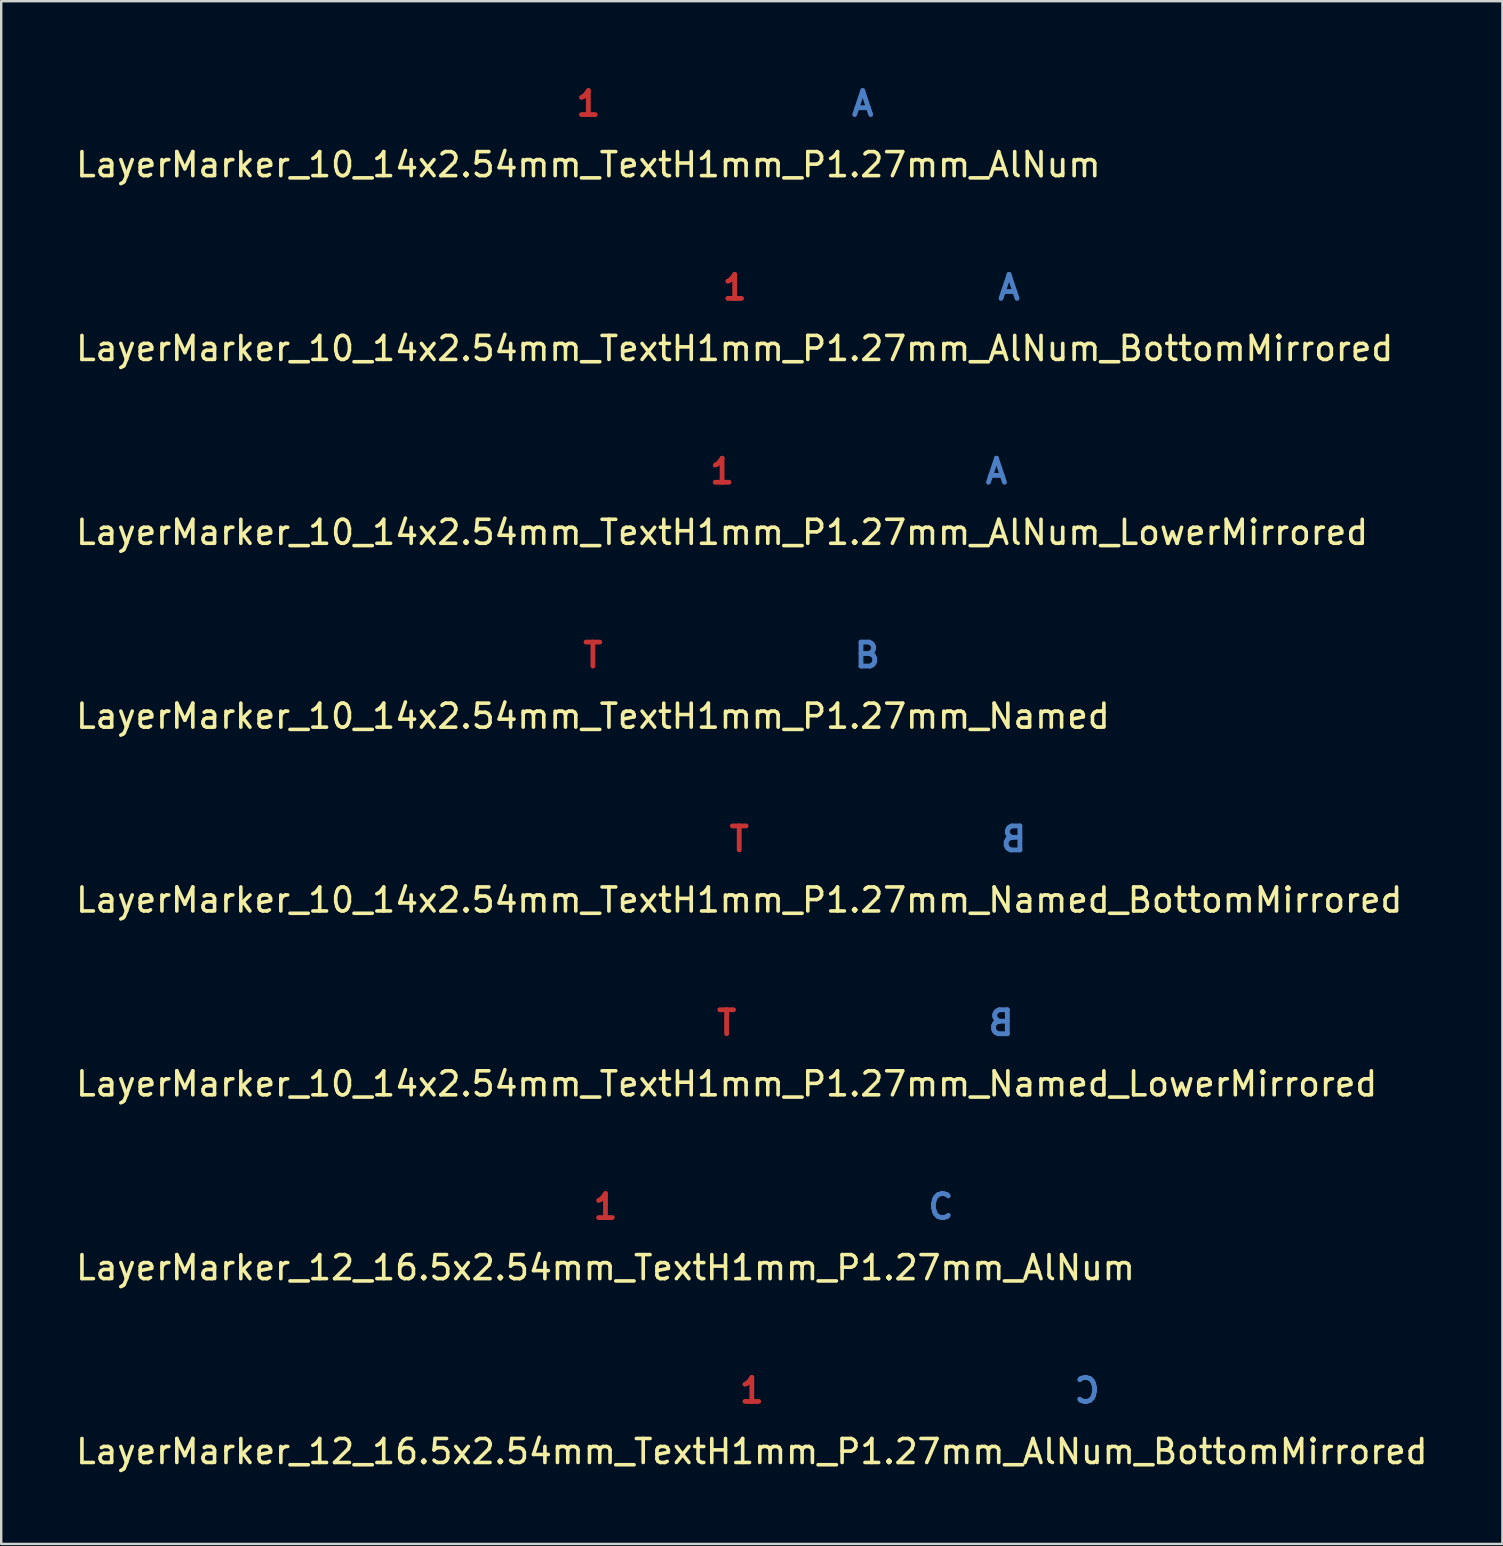
<source format=kicad_pcb>
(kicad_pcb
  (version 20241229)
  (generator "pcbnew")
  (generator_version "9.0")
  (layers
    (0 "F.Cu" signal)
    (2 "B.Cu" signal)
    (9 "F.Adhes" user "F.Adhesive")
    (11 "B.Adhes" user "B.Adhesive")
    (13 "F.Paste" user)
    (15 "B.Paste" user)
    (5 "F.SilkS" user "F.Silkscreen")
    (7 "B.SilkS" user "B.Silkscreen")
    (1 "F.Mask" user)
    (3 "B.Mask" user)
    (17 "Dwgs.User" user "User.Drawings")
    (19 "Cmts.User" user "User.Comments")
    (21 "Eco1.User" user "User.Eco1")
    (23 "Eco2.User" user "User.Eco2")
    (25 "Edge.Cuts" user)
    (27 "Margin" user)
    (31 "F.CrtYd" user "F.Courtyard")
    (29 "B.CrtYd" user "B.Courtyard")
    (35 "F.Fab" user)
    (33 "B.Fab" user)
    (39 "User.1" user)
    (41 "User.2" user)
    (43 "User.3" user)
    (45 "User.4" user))
  (footprint "LayerMarker_10_14x2.54mm_TextH1mm_P1.27mm_Named_BottomMirrored"
    (layer "F.Cu")
    (at 27.744 33.173)
    (property "Reference" "LayerMarker_10_14x2.54mm_TextH1mm_P1.27mm_Named_BottomMirrored" (at 0 1.27 0) (layer "F.SilkS") (effects (font (size 1 1) (thickness 0.15))))
    (attr board_only exclude_from_pos_files exclude_from_bom allow_missing_courtyard)
    (fp_text user "T" (at 0 -1.27 0) (layer "F.Cu") (effects (font (size 1 1) (thickness 0.2))))
    (fp_text user "B" (at 11.43 -1.27 0) (layer "B.Cu") (effects (font (size 1 1) (thickness 0.2)) (justify mirror)))
    (fp_text user "1" (at 1.27 -1.27 0) (layer "In1.Cu") (effects (font (size 1 1) (thickness 0.2))))
    (fp_text user "2" (at 2.54 -1.27 0) (layer "In2.Cu") (effects (font (size 1 1) (thickness 0.2))))
    (fp_text user "3" (at 3.81 -1.27 0) (layer "In3.Cu") (effects (font (size 1 1) (thickness 0.2))))
    (fp_text user "4" (at 5.08 -1.27 0) (layer "In4.Cu") (effects (font (size 1 1) (thickness 0.2))))
    (fp_text user "5" (at 6.35 -1.27 0) (layer "In5.Cu") (effects (font (size 1 1) (thickness 0.2))))
    (fp_text user "6" (at 7.62 -1.27 0) (layer "In6.Cu") (effects (font (size 1 1) (thickness 0.2))))
    (fp_text user "7" (at 8.89 -1.27 0) (layer "In7.Cu") (effects (font (size 1 1) (thickness 0.2))))
    (fp_text user "8" (at 10.16 -1.27 0) (layer "In8.Cu") (effects (font (size 1 1) (thickness 0.2))))
    (zone (net_name "") (layers "F.Cu" "B.Cu") (hatch edge 0.5) (connect_pads) (min_thickness 0.25) (filled_areas_thickness no) (keepout (tracks not_allowed) (vias not_allowed) (pads not_allowed) (copperpour not_allowed) (footprints allowed)) (placement (enabled no)) (fill) (polygon (pts (xy 26.474 30.633) (xy 40.444 30.633) (xy 40.444 33.173) (xy 26.474 33.173)))))
  (footprint "LayerMarker_12_16.5x2.54mm_TextH1mm_P1.27mm_AlNum_BottomMirrored"
    (layer "F.Cu")
    (at 28.268 56.148)
    (property "Reference" "LayerMarker_12_16.5x2.54mm_TextH1mm_P1.27mm_AlNum_BottomMirrored" (at 0 1.27 0) (layer "F.SilkS") (effects (font (size 1 1) (thickness 0.15))))
    (attr board_only exclude_from_pos_files exclude_from_bom allow_missing_courtyard)
    (fp_text user "1" (at 0 -1.27 0) (layer "F.Cu") (effects (font (size 1 1) (thickness 0.2))))
    (fp_text user "C" (at 13.97 -1.27 0) (layer "B.Cu") (effects (font (size 1 1) (thickness 0.2)) (justify mirror)))
    (fp_text user "2" (at 1.27 -1.27 0) (layer "In1.Cu") (effects (font (size 1 1) (thickness 0.2))))
    (fp_text user "3" (at 2.54 -1.27 0) (layer "In2.Cu") (effects (font (size 1 1) (thickness 0.2))))
    (fp_text user "4" (at 3.81 -1.27 0) (layer "In3.Cu") (effects (font (size 1 1) (thickness 0.2))))
    (fp_text user "5" (at 5.08 -1.27 0) (layer "In4.Cu") (effects (font (size 1 1) (thickness 0.2))))
    (fp_text user "6" (at 6.35 -1.27 0) (layer "In5.Cu") (effects (font (size 1 1) (thickness 0.2))))
    (fp_text user "7" (at 7.62 -1.27 0) (layer "In6.Cu") (effects (font (size 1 1) (thickness 0.2))))
    (fp_text user "8" (at 8.89 -1.27 0) (layer "In7.Cu") (effects (font (size 1 1) (thickness 0.2))))
    (fp_text user "9" (at 10.16 -1.27 0) (layer "In8.Cu") (effects (font (size 1 1) (thickness 0.2))))
    (fp_text user "A" (at 11.43 -1.27 0) (layer "In9.Cu") (effects (font (size 1 1) (thickness 0.2))))
    (fp_text user "B" (at 12.7 -1.27 0) (layer "In10.Cu") (effects (font (size 1 1) (thickness 0.2))))
    (zone (net_name "") (layers "F.Cu" "B.Cu") (hatch edge 0.5) (connect_pads) (min_thickness 0.25) (filled_areas_thickness no) (keepout (tracks not_allowed) (vias not_allowed) (pads not_allowed) (copperpour not_allowed) (footprints allowed)) (placement (enabled no)) (fill) (polygon (pts (xy 26.998 53.608) (xy 43.508 53.608) (xy 43.508 56.148) (xy 26.998 56.148)))))
  (footprint "LayerMarker_10_14x2.54mm_TextH1mm_P1.27mm_AlNum_BottomMirrored"
    (layer "F.Cu")
    (at 27.554 10.198)
    (property "Reference" "LayerMarker_10_14x2.54mm_TextH1mm_P1.27mm_AlNum_BottomMirrored" (at 0 1.27 0) (layer "F.SilkS") (effects (font (size 1 1) (thickness 0.15))))
    (attr board_only exclude_from_pos_files exclude_from_bom allow_missing_courtyard)
    (fp_text user "1" (at 0 -1.27 0) (layer "F.Cu") (effects (font (size 1 1) (thickness 0.2))))
    (fp_text user "A" (at 11.43 -1.27 0) (layer "B.Cu") (effects (font (size 1 1) (thickness 0.2)) (justify mirror)))
    (fp_text user "2" (at 1.27 -1.27 0) (layer "In1.Cu") (effects (font (size 1 1) (thickness 0.2))))
    (fp_text user "3" (at 2.54 -1.27 0) (layer "In2.Cu") (effects (font (size 1 1) (thickness 0.2))))
    (fp_text user "4" (at 3.81 -1.27 0) (layer "In3.Cu") (effects (font (size 1 1) (thickness 0.2))))
    (fp_text user "5" (at 5.08 -1.27 0) (layer "In4.Cu") (effects (font (size 1 1) (thickness 0.2))))
    (fp_text user "6" (at 6.35 -1.27 0) (layer "In5.Cu") (effects (font (size 1 1) (thickness 0.2))))
    (fp_text user "7" (at 7.62 -1.27 0) (layer "In6.Cu") (effects (font (size 1 1) (thickness 0.2))))
    (fp_text user "8" (at 8.89 -1.27 0) (layer "In7.Cu") (effects (font (size 1 1) (thickness 0.2))))
    (fp_text user "9" (at 10.16 -1.27 0) (layer "In8.Cu") (effects (font (size 1 1) (thickness 0.2))))
    (zone (net_name "") (layers "F.Cu" "B.Cu") (hatch edge 0.5) (connect_pads) (min_thickness 0.25) (filled_areas_thickness no) (keepout (tracks not_allowed) (vias not_allowed) (pads not_allowed) (copperpour not_allowed) (footprints allowed)) (placement (enabled no)) (fill) (polygon (pts (xy 26.284 7.658) (xy 40.254 7.658) (xy 40.254 10.198) (xy 26.284 10.198)))))
  (footprint "LayerMarker_10_14x2.54mm_TextH1mm_P1.27mm_AlNum_LowerMirrored"
    (layer "F.Cu")
    (at 27.03 17.857)
    (property "Reference" "LayerMarker_10_14x2.54mm_TextH1mm_P1.27mm_AlNum_LowerMirrored" (at 0 1.27 0) (layer "F.SilkS") (effects (font (size 1 1) (thickness 0.15))))
    (attr board_only exclude_from_pos_files exclude_from_bom allow_missing_courtyard)
    (fp_text user "1" (at 0 -1.27 0) (layer "F.Cu") (effects (font (size 1 1) (thickness 0.2))))
    (fp_text user "A" (at 11.43 -1.27 0) (layer "B.Cu") (effects (font (size 1 1) (thickness 0.2)) (justify mirror)))
    (fp_text user "2" (at 1.27 -1.27 0) (layer "In1.Cu") (effects (font (size 1 1) (thickness 0.2))))
    (fp_text user "3" (at 2.54 -1.27 0) (layer "In2.Cu") (effects (font (size 1 1) (thickness 0.2))))
    (fp_text user "4" (at 3.81 -1.27 0) (layer "In3.Cu") (effects (font (size 1 1) (thickness 0.2))))
    (fp_text user "5" (at 5.08 -1.27 0) (layer "In4.Cu") (effects (font (size 1 1) (thickness 0.2))))
    (fp_text user "6" (at 6.35 -1.27 0) (layer "In5.Cu") (effects (font (size 1 1) (thickness 0.2)) (justify mirror)))
    (fp_text user "7" (at 7.62 -1.27 0) (layer "In6.Cu") (effects (font (size 1 1) (thickness 0.2)) (justify mirror)))
    (fp_text user "8" (at 8.89 -1.27 0) (layer "In7.Cu") (effects (font (size 1 1) (thickness 0.2)) (justify mirror)))
    (fp_text user "9" (at 10.16 -1.27 0) (layer "In8.Cu") (effects (font (size 1 1) (thickness 0.2)) (justify mirror)))
    (zone (net_name "") (layers "F.Cu" "B.Cu") (hatch edge 0.5) (connect_pads) (min_thickness 0.25) (filled_areas_thickness no) (keepout (tracks not_allowed) (vias not_allowed) (pads not_allowed) (copperpour not_allowed) (footprints allowed)) (placement (enabled no)) (fill) (polygon (pts (xy 25.76 15.316) (xy 39.73 15.316) (xy 39.73 17.857) (xy 25.76 17.857)))))
  (footprint "LayerMarker_10_14x2.54mm_TextH1mm_P1.27mm_Named"
    (layer "F.Cu")
    (at 21.649 25.515)
    (property "Reference" "LayerMarker_10_14x2.54mm_TextH1mm_P1.27mm_Named" (at 0 1.27 0) (layer "F.SilkS") (effects (font (size 1 1) (thickness 0.15))))
    (attr board_only exclude_from_pos_files exclude_from_bom allow_missing_courtyard)
    (fp_text user "T" (at 0 -1.27 0) (layer "F.Cu") (effects (font (size 1 1) (thickness 0.2))))
    (fp_text user "B" (at 11.43 -1.27 0) (layer "B.Cu") (effects (font (size 1 1) (thickness 0.2))))
    (fp_text user "1" (at 1.27 -1.27 0) (layer "In1.Cu") (effects (font (size 1 1) (thickness 0.2))))
    (fp_text user "2" (at 2.54 -1.27 0) (layer "In2.Cu") (effects (font (size 1 1) (thickness 0.2))))
    (fp_text user "3" (at 3.81 -1.27 0) (layer "In3.Cu") (effects (font (size 1 1) (thickness 0.2))))
    (fp_text user "4" (at 5.08 -1.27 0) (layer "In4.Cu") (effects (font (size 1 1) (thickness 0.2))))
    (fp_text user "5" (at 6.35 -1.27 0) (layer "In5.Cu") (effects (font (size 1 1) (thickness 0.2))))
    (fp_text user "6" (at 7.62 -1.27 0) (layer "In6.Cu") (effects (font (size 1 1) (thickness 0.2))))
    (fp_text user "7" (at 8.89 -1.27 0) (layer "In7.Cu") (effects (font (size 1 1) (thickness 0.2))))
    (fp_text user "8" (at 10.16 -1.27 0) (layer "In8.Cu") (effects (font (size 1 1) (thickness 0.2))))
    (zone (net_name "") (layers "F.Cu" "B.Cu") (hatch edge 0.5) (connect_pads) (min_thickness 0.25) (filled_areas_thickness no) (keepout (tracks not_allowed) (vias not_allowed) (pads not_allowed) (copperpour not_allowed) (footprints allowed)) (placement (enabled no)) (fill) (polygon (pts (xy 20.379 22.975) (xy 34.349 22.975) (xy 34.349 25.515) (xy 20.379 25.515)))))
  (footprint "LayerMarker_12_16.5x2.54mm_TextH1mm_P1.27mm_AlNum"
    (layer "F.Cu")
    (at 22.173 48.489)
    (property "Reference" "LayerMarker_12_16.5x2.54mm_TextH1mm_P1.27mm_AlNum" (at 0 1.27 0) (layer "F.SilkS") (effects (font (size 1 1) (thickness 0.15))))
    (attr board_only exclude_from_pos_files exclude_from_bom allow_missing_courtyard)
    (fp_text user "1" (at 0 -1.27 0) (layer "F.Cu") (effects (font (size 1 1) (thickness 0.2))))
    (fp_text user "C" (at 13.97 -1.27 0) (layer "B.Cu") (effects (font (size 1 1) (thickness 0.2))))
    (fp_text user "2" (at 1.27 -1.27 0) (layer "In1.Cu") (effects (font (size 1 1) (thickness 0.2))))
    (fp_text user "3" (at 2.54 -1.27 0) (layer "In2.Cu") (effects (font (size 1 1) (thickness 0.2))))
    (fp_text user "4" (at 3.81 -1.27 0) (layer "In3.Cu") (effects (font (size 1 1) (thickness 0.2))))
    (fp_text user "5" (at 5.08 -1.27 0) (layer "In4.Cu") (effects (font (size 1 1) (thickness 0.2))))
    (fp_text user "6" (at 6.35 -1.27 0) (layer "In5.Cu") (effects (font (size 1 1) (thickness 0.2))))
    (fp_text user "7" (at 7.62 -1.27 0) (layer "In6.Cu") (effects (font (size 1 1) (thickness 0.2))))
    (fp_text user "8" (at 8.89 -1.27 0) (layer "In7.Cu") (effects (font (size 1 1) (thickness 0.2))))
    (fp_text user "9" (at 10.16 -1.27 0) (layer "In8.Cu") (effects (font (size 1 1) (thickness 0.2))))
    (fp_text user "A" (at 11.43 -1.27 0) (layer "In9.Cu") (effects (font (size 1 1) (thickness 0.2))))
    (fp_text user "B" (at 12.7 -1.27 0) (layer "In10.Cu") (effects (font (size 1 1) (thickness 0.2))))
    (zone (net_name "") (layers "F.Cu" "B.Cu") (hatch edge 0.5) (connect_pads) (min_thickness 0.25) (filled_areas_thickness no) (keepout (tracks not_allowed) (vias not_allowed) (pads not_allowed) (copperpour not_allowed) (footprints allowed)) (placement (enabled no)) (fill) (polygon (pts (xy 20.903 45.95) (xy 37.413 45.95) (xy 37.413 48.489) (xy 20.903 48.489)))))
  (footprint "LayerMarker_10_14x2.54mm_TextH1mm_P1.27mm_Named_LowerMirrored"
    (layer "F.Cu")
    (at 27.22 40.831)
    (property "Reference" "LayerMarker_10_14x2.54mm_TextH1mm_P1.27mm_Named_LowerMirrored" (at 0 1.27 0) (layer "F.SilkS") (effects (font (size 1 1) (thickness 0.15))))
    (attr board_only exclude_from_pos_files exclude_from_bom allow_missing_courtyard)
    (fp_text user "T" (at 0 -1.27 0) (layer "F.Cu") (effects (font (size 1 1) (thickness 0.2))))
    (fp_text user "B" (at 11.43 -1.27 0) (layer "B.Cu") (effects (font (size 1 1) (thickness 0.2)) (justify mirror)))
    (fp_text user "1" (at 1.27 -1.27 0) (layer "In1.Cu") (effects (font (size 1 1) (thickness 0.2))))
    (fp_text user "2" (at 2.54 -1.27 0) (layer "In2.Cu") (effects (font (size 1 1) (thickness 0.2))))
    (fp_text user "3" (at 3.81 -1.27 0) (layer "In3.Cu") (effects (font (size 1 1) (thickness 0.2))))
    (fp_text user "4" (at 5.08 -1.27 0) (layer "In4.Cu") (effects (font (size 1 1) (thickness 0.2))))
    (fp_text user "5" (at 6.35 -1.27 0) (layer "In5.Cu") (effects (font (size 1 1) (thickness 0.2)) (justify mirror)))
    (fp_text user "6" (at 7.62 -1.27 0) (layer "In6.Cu") (effects (font (size 1 1) (thickness 0.2)) (justify mirror)))
    (fp_text user "7" (at 8.89 -1.27 0) (layer "In7.Cu") (effects (font (size 1 1) (thickness 0.2)) (justify mirror)))
    (fp_text user "8" (at 10.16 -1.27 0) (layer "In8.Cu") (effects (font (size 1 1) (thickness 0.2)) (justify mirror)))
    (zone (net_name "") (layers "F.Cu" "B.Cu") (hatch edge 0.5) (connect_pads) (min_thickness 0.25) (filled_areas_thickness no) (keepout (tracks not_allowed) (vias not_allowed) (pads not_allowed) (copperpour not_allowed) (footprints allowed)) (placement (enabled no)) (fill) (polygon (pts (xy 25.95 38.291) (xy 39.92 38.291) (xy 39.92 40.831) (xy 25.95 40.831)))))
  (footprint "LayerMarker_10_14x2.54mm_TextH1mm_P1.27mm_AlNum"
    (layer "F.Cu")
    (at 21.458 2.54)
    (property "Reference" "LayerMarker_10_14x2.54mm_TextH1mm_P1.27mm_AlNum" (at 0 1.27 0) (layer "F.SilkS") (effects (font (size 1 1) (thickness 0.15))))
    (attr board_only exclude_from_pos_files exclude_from_bom allow_missing_courtyard)
    (fp_text user "1" (at 0 -1.27 0) (layer "F.Cu") (effects (font (size 1 1) (thickness 0.2))))
    (fp_text user "A" (at 11.43 -1.27 0) (layer "B.Cu") (effects (font (size 1 1) (thickness 0.2))))
    (fp_text user "2" (at 1.27 -1.27 0) (layer "In1.Cu") (effects (font (size 1 1) (thickness 0.2))))
    (fp_text user "3" (at 2.54 -1.27 0) (layer "In2.Cu") (effects (font (size 1 1) (thickness 0.2))))
    (fp_text user "4" (at 3.81 -1.27 0) (layer "In3.Cu") (effects (font (size 1 1) (thickness 0.2))))
    (fp_text user "5" (at 5.08 -1.27 0) (layer "In4.Cu") (effects (font (size 1 1) (thickness 0.2))))
    (fp_text user "6" (at 6.35 -1.27 0) (layer "In5.Cu") (effects (font (size 1 1) (thickness 0.2))))
    (fp_text user "7" (at 7.62 -1.27 0) (layer "In6.Cu") (effects (font (size 1 1) (thickness 0.2))))
    (fp_text user "8" (at 8.89 -1.27 0) (layer "In7.Cu") (effects (font (size 1 1) (thickness 0.2))))
    (fp_text user "9" (at 10.16 -1.27 0) (layer "In8.Cu") (effects (font (size 1 1) (thickness 0.2))))
    (zone (net_name "") (layers "F.Cu" "B.Cu") (hatch edge 0.5) (connect_pads) (min_thickness 0.25) (filled_areas_thickness no) (keepout (tracks not_allowed) (vias not_allowed) (pads not_allowed) (copperpour not_allowed) (footprints allowed)) (placement (enabled no)) (fill) (polygon (pts (xy 20.188 0) (xy 34.158 0) (xy 34.158 2.54) (xy 20.188 2.54)))))
  (gr_rect
    (start -3 -3)
    (end 59.536 61.266)
    (stroke (width 0.1) (type default))
    (fill no)
    (layer "Edge.Cuts")))
</source>
